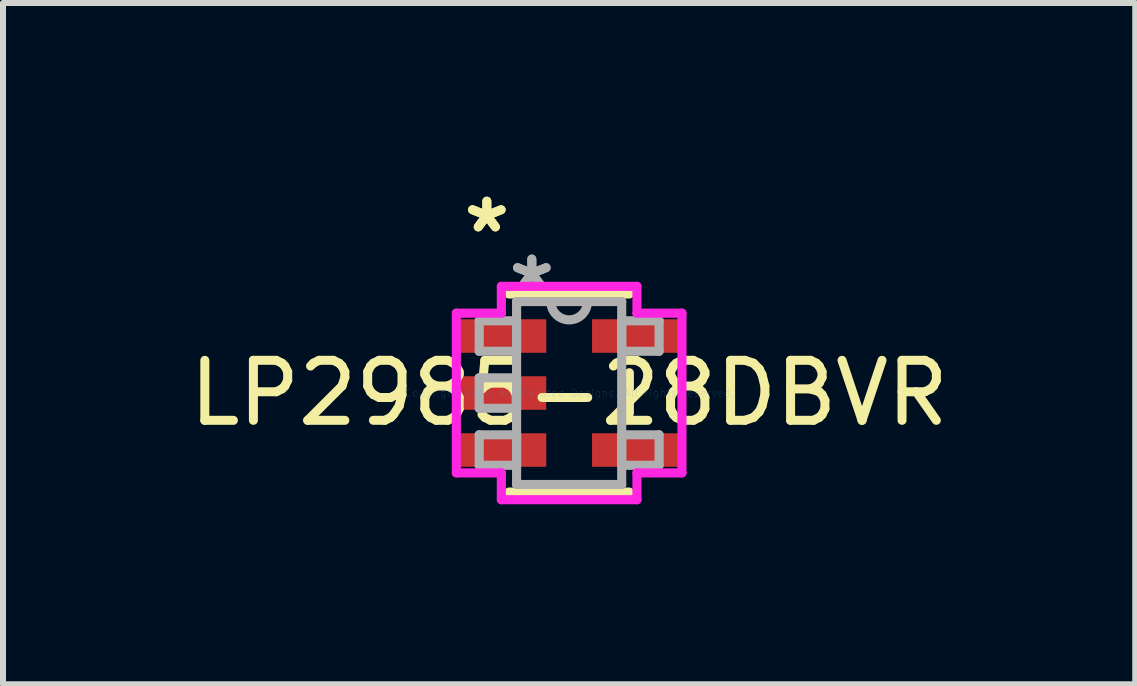
<source format=kicad_pcb>
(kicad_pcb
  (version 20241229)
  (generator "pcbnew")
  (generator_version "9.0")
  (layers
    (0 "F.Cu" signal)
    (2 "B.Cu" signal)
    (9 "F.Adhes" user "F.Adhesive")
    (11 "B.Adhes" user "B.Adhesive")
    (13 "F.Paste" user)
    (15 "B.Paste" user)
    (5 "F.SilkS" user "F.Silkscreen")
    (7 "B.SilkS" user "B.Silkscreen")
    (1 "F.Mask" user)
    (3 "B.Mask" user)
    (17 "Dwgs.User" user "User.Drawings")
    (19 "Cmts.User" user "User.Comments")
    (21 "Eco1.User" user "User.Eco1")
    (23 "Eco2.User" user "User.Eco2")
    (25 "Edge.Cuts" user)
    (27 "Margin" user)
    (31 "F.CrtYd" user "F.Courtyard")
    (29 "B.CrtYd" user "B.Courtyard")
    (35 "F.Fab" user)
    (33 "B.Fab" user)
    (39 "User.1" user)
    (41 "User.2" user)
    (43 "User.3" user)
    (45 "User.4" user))
  (footprint "LP2985-28DBVR"
    (layer "F.Cu")
    (at 6.435 3.5)
    (property "Reference" "LP2985-28DBVR" (at 0 0 0) (layer "F.SilkS") (effects (font (size 1 1) (thickness 0.15))))
    (attr through_hole)
    (fp_line (start -1.003 1.651) (end 1.003 1.651) (stroke (width 0.152) (type solid)) (layer "F.SilkS"))
    (fp_line (start 1.003 -1.651) (end -1.003 -1.651) (stroke (width 0.152) (type solid)) (layer "F.SilkS"))
    (fp_line (start 1.003 0.338) (end 1.003 -0.338) (stroke (width 0.152) (type solid)) (layer "F.SilkS"))
    (fp_line (start -1.88 -1.331) (end -1.13 -1.331) (stroke (width 0.152) (type solid)) (layer "F.CrtYd"))
    (fp_line (start -1.88 1.331) (end -1.88 -1.331) (stroke (width 0.152) (type solid)) (layer "F.CrtYd"))
    (fp_line (start -1.13 -1.778) (end 1.13 -1.778) (stroke (width 0.152) (type solid)) (layer "F.CrtYd"))
    (fp_line (start -1.13 -1.331) (end -1.13 -1.778) (stroke (width 0.152) (type solid)) (layer "F.CrtYd"))
    (fp_line (start -1.13 1.331) (end -1.88 1.331) (stroke (width 0.152) (type solid)) (layer "F.CrtYd"))
    (fp_line (start -1.13 1.778) (end -1.13 1.331) (stroke (width 0.152) (type solid)) (layer "F.CrtYd"))
    (fp_line (start 1.13 -1.778) (end 1.13 -1.331) (stroke (width 0.152) (type solid)) (layer "F.CrtYd"))
    (fp_line (start 1.13 -1.331) (end 1.88 -1.331) (stroke (width 0.152) (type solid)) (layer "F.CrtYd"))
    (fp_line (start 1.13 1.331) (end 1.13 1.778) (stroke (width 0.152) (type solid)) (layer "F.CrtYd"))
    (fp_line (start 1.13 1.778) (end -1.13 1.778) (stroke (width 0.152) (type solid)) (layer "F.CrtYd"))
    (fp_line (start 1.88 -1.331) (end 1.88 1.331) (stroke (width 0.152) (type solid)) (layer "F.CrtYd"))
    (fp_line (start 1.88 1.331) (end 1.13 1.331) (stroke (width 0.152) (type solid)) (layer "F.CrtYd"))
    (fp_line (start -1.499 -1.204) (end -1.499 -0.696) (stroke (width 0.152) (type solid)) (layer "F.Fab"))
    (fp_line (start -1.499 -0.696) (end -0.876 -0.696) (stroke (width 0.152) (type solid)) (layer "F.Fab"))
    (fp_line (start -1.499 -0.254) (end -1.499 0.254) (stroke (width 0.152) (type solid)) (layer "F.Fab"))
    (fp_line (start -1.499 0.254) (end -0.876 0.254) (stroke (width 0.152) (type solid)) (layer "F.Fab"))
    (fp_line (start -1.499 0.696) (end -1.499 1.204) (stroke (width 0.152) (type solid)) (layer "F.Fab"))
    (fp_line (start -1.499 1.204) (end -0.876 1.204) (stroke (width 0.152) (type solid)) (layer "F.Fab"))
    (fp_line (start -0.876 -1.524) (end -0.876 1.524) (stroke (width 0.152) (type solid)) (layer "F.Fab"))
    (fp_line (start -0.876 -1.204) (end -1.499 -1.204) (stroke (width 0.152) (type solid)) (layer "F.Fab"))
    (fp_line (start -0.876 -0.696) (end -0.876 -1.204) (stroke (width 0.152) (type solid)) (layer "F.Fab"))
    (fp_line (start -0.876 -0.254) (end -1.499 -0.254) (stroke (width 0.152) (type solid)) (layer "F.Fab"))
    (fp_line (start -0.876 0.254) (end -0.876 -0.254) (stroke (width 0.152) (type solid)) (layer "F.Fab"))
    (fp_line (start -0.876 0.696) (end -1.499 0.696) (stroke (width 0.152) (type solid)) (layer "F.Fab"))
    (fp_line (start -0.876 1.204) (end -0.876 0.696) (stroke (width 0.152) (type solid)) (layer "F.Fab"))
    (fp_line (start -0.876 1.524) (end 0.876 1.524) (stroke (width 0.152) (type solid)) (layer "F.Fab"))
    (fp_line (start 0.876 -1.524) (end -0.876 -1.524) (stroke (width 0.152) (type solid)) (layer "F.Fab"))
    (fp_line (start 0.876 -1.204) (end 0.876 -0.696) (stroke (width 0.152) (type solid)) (layer "F.Fab"))
    (fp_line (start 0.876 -0.696) (end 1.499 -0.696) (stroke (width 0.152) (type solid)) (layer "F.Fab"))
    (fp_line (start 0.876 0.696) (end 0.876 1.204) (stroke (width 0.152) (type solid)) (layer "F.Fab"))
    (fp_line (start 0.876 1.204) (end 1.499 1.204) (stroke (width 0.152) (type solid)) (layer "F.Fab"))
    (fp_line (start 0.876 1.524) (end 0.876 -1.524) (stroke (width 0.152) (type solid)) (layer "F.Fab"))
    (fp_line (start 1.499 -1.204) (end 0.876 -1.204) (stroke (width 0.152) (type solid)) (layer "F.Fab"))
    (fp_line (start 1.499 -0.696) (end 1.499 -1.204) (stroke (width 0.152) (type solid)) (layer "F.Fab"))
    (fp_line (start 1.499 0.696) (end 0.876 0.696) (stroke (width 0.152) (type solid)) (layer "F.Fab"))
    (fp_line (start 1.499 1.204) (end 1.499 0.696) (stroke (width 0.152) (type solid)) (layer "F.Fab"))
    (fp_arc (start 0.3048 -1.524) (mid 0 -1.2192) (end -0.3048 -1.524) (stroke (width 0.1524) (type solid)) (layer "F.Fab"))
    (fp_text user "*" (at -1.372 -2.652 0) (layer "F.SilkS") (effects (font (size 1 1) (thickness 0.15))))
    (fp_text user "*" (at -1.372 -2.652 0) (layer "F.SilkS") (effects (font (size 1 1) (thickness 0.15))))
    (fp_text user "Copyright 2016 Accelerated Designs. All rights reserved." (at 0 0 0) (layer "Cmts.User") (effects (font (size 0.127 0.127) (thickness 0.002))))
    (fp_text user "*" (at -0.622 -1.687 0) (layer "F.Fab") (effects (font (size 1 1) (thickness 0.15))))
    (fp_text user "*" (at -0.622 -1.687 0) (layer "F.Fab") (effects (font (size 1 1) (thickness 0.15))))
    (pad "1" smd rect (at -1.118 -0.95) (size 1.473 0.559) (layers "F.Cu" "F.Mask" "F.Paste"))
    (pad "2" smd rect (at -1.118 0) (size 1.473 0.559) (layers "F.Cu" "F.Mask" "F.Paste"))
    (pad "3" smd rect (at -1.118 0.95) (size 1.473 0.559) (layers "F.Cu" "F.Mask" "F.Paste"))
    (pad "4" smd rect (at 1.118 0.95) (size 1.473 0.559) (layers "F.Cu" "F.Mask" "F.Paste"))
    (pad "5" smd rect (at 1.118 -0.95) (size 1.473 0.559) (layers "F.Cu" "F.Mask" "F.Paste")))
  (gr_rect
    (start -3 -3)
    (end 15.869 8.354)
    (stroke (width 0.1) (type default))
    (fill no)
    (layer "Edge.Cuts")))
</source>
